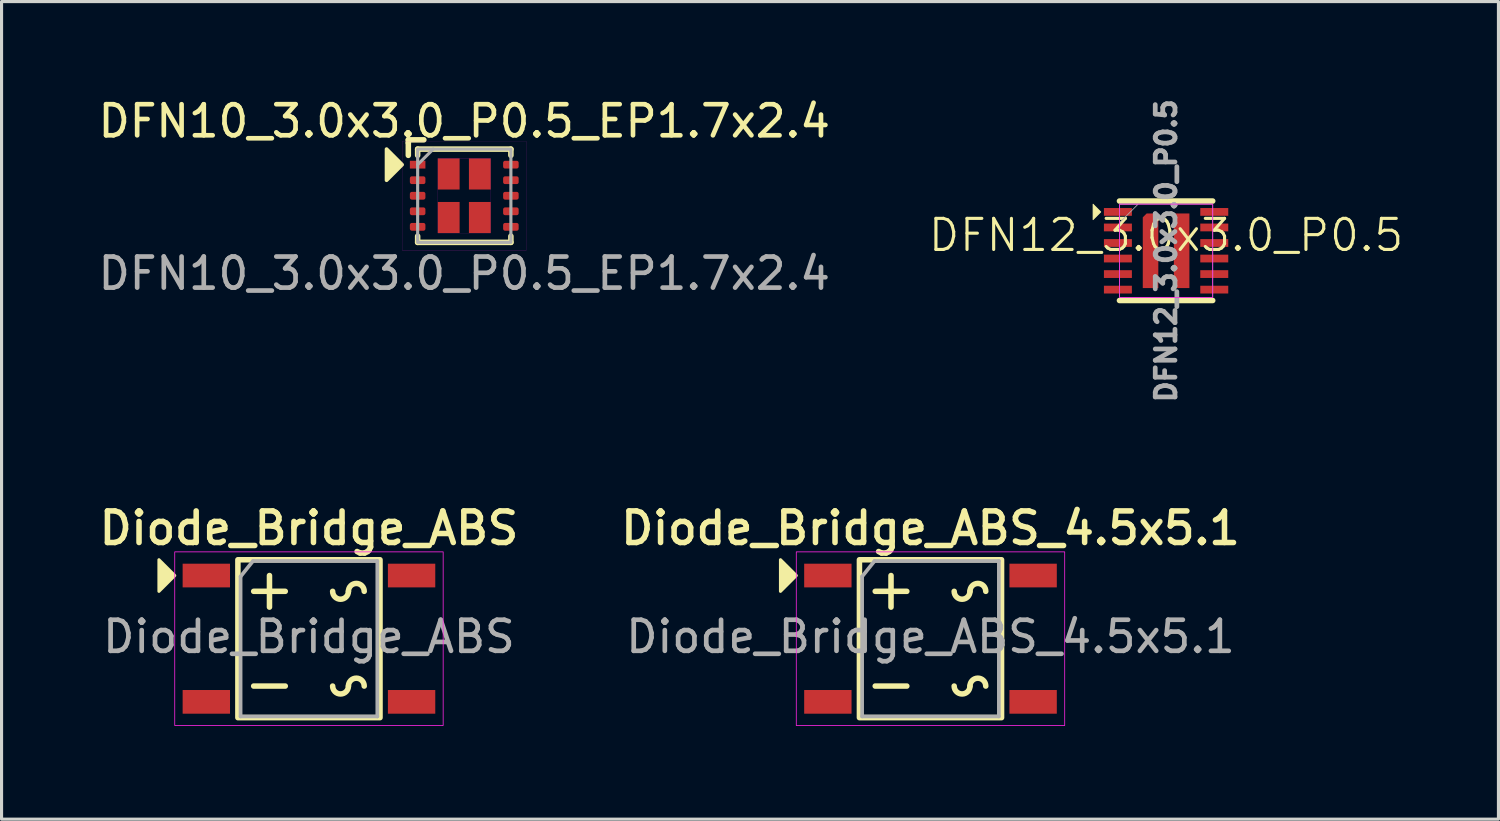
<source format=kicad_pcb>
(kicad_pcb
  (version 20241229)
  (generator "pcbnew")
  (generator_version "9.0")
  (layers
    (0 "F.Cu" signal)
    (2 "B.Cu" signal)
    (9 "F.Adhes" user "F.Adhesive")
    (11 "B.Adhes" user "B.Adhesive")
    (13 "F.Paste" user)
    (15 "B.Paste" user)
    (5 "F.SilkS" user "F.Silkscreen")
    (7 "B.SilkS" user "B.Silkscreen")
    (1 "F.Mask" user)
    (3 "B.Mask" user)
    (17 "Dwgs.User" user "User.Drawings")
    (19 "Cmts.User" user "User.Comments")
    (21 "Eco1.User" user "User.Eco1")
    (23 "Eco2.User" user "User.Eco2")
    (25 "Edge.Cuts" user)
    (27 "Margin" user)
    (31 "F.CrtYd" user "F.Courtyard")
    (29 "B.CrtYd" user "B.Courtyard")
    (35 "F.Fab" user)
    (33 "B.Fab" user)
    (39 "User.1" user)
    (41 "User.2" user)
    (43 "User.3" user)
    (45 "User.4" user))
  (footprint "Diode_Bridge_ABS"
    (layer "F.Cu")
    (at 6.89 17.499)
    (property "Reference" "Diode_Bridge_ABS" (at 0 -3.556 0) (layer "F.SilkS") (effects (font (size 1.016 1.016) (thickness 0.178))))
    (attr smd)
    (fp_line (start -1.778 -1.524) (end -0.762 -1.524) (stroke (width 0.178) (type solid)) (layer "F.SilkS"))
    (fp_line (start -1.778 1.524) (end -0.762 1.524) (stroke (width 0.178) (type solid)) (layer "F.SilkS"))
    (fp_line (start -1.27 -2.032) (end -1.27 -1.016) (stroke (width 0.178) (type solid)) (layer "F.SilkS"))
    (fp_rect (start -2.286 -2.54) (end 2.286 2.54) (stroke (width 0.178) (type solid)) (fill no) (layer "F.SilkS"))
    (fp_arc (start 1.27 -1.524) (mid 1.016 -1.27) (end 0.762 -1.524) (stroke (width 0.1778) (type solid)) (layer "F.SilkS"))
    (fp_arc (start 1.27 -1.524) (mid 1.524 -1.778) (end 1.778 -1.524) (stroke (width 0.1778) (type solid)) (layer "F.SilkS"))
    (fp_arc (start 1.27 1.524) (mid 1.016 1.778) (end 0.762 1.524) (stroke (width 0.1778) (type solid)) (layer "F.SilkS"))
    (fp_arc (start 1.27 1.524) (mid 1.524 1.27) (end 1.778 1.524) (stroke (width 0.1778) (type solid)) (layer "F.SilkS"))
    (fp_poly (pts (xy -4.318 -2.032) (xy -4.826 -1.524) (xy -4.826 -2.54)) (stroke (width 0.1) (type solid)) (fill yes) (layer "F.SilkS"))
    (fp_rect (start -4.318 -2.794) (end 4.318 2.794) (stroke (width 0.025) (type solid)) (fill no) (layer "F.CrtYd"))
    (fp_line (start -2.2 -2) (end -2.2 2.5) (stroke (width 0.12) (type solid)) (layer "F.Fab"))
    (fp_line (start -2.2 2.5) (end 2.2 2.5) (stroke (width 0.12) (type solid)) (layer "F.Fab"))
    (fp_line (start -1.8 -2.5) (end -2.2 -2) (stroke (width 0.12) (type solid)) (layer "F.Fab"))
    (fp_line (start 2.2 -2.5) (end -1.8 -2.5) (stroke (width 0.12) (type solid)) (layer "F.Fab"))
    (fp_line (start 2.2 2.5) (end 2.2 -2.5) (stroke (width 0.12) (type solid)) (layer "F.Fab"))
    (fp_text user "${REFERENCE}" (at 0 -0.065 0) (layer "F.Fab") (effects (font (size 1 1) (thickness 0.15))))
    (pad "1" smd rect (at -3.302 -2.032) (size 1.524 0.762) (layers "F.Cu" "F.Mask" "F.Paste"))
    (pad "2" smd rect (at -3.302 2.032) (size 1.524 0.762) (layers "F.Cu" "F.Mask" "F.Paste"))
    (pad "3" smd rect (at 3.302 2.032) (size 1.524 0.762) (layers "F.Cu" "F.Mask" "F.Paste"))
    (pad "4" smd rect (at 3.302 -2.032) (size 1.524 0.762) (layers "F.Cu" "F.Mask" "F.Paste")))
  (footprint "Diode_Bridge_ABS_4.5x5.1"
    (layer "F.Cu")
    (at 26.887 17.499)
    (property "Reference" "Diode_Bridge_ABS_4.5x5.1" (at 0 -3.556 0) (layer "F.SilkS") (effects (font (size 1.016 1.016) (thickness 0.178))))
    (attr smd)
    (fp_line (start -1.778 -1.524) (end -0.762 -1.524) (stroke (width 0.178) (type solid)) (layer "F.SilkS"))
    (fp_line (start -1.778 1.524) (end -0.762 1.524) (stroke (width 0.178) (type solid)) (layer "F.SilkS"))
    (fp_line (start -1.27 -2.032) (end -1.27 -1.016) (stroke (width 0.178) (type solid)) (layer "F.SilkS"))
    (fp_rect (start -2.286 -2.54) (end 2.286 2.54) (stroke (width 0.178) (type solid)) (fill no) (layer "F.SilkS"))
    (fp_arc (start 1.27 -1.524) (mid 1.016 -1.27) (end 0.762 -1.524) (stroke (width 0.1778) (type solid)) (layer "F.SilkS"))
    (fp_arc (start 1.27 -1.524) (mid 1.524 -1.778) (end 1.778 -1.524) (stroke (width 0.1778) (type solid)) (layer "F.SilkS"))
    (fp_arc (start 1.27 1.524) (mid 1.016 1.778) (end 0.762 1.524) (stroke (width 0.1778) (type solid)) (layer "F.SilkS"))
    (fp_arc (start 1.27 1.524) (mid 1.524 1.27) (end 1.778 1.524) (stroke (width 0.1778) (type solid)) (layer "F.SilkS"))
    (fp_poly (pts (xy -4.318 -2.032) (xy -4.826 -1.524) (xy -4.826 -2.54)) (stroke (width 0.1) (type solid)) (fill yes) (layer "F.SilkS"))
    (fp_rect (start -4.318 -2.794) (end 4.318 2.794) (stroke (width 0.025) (type solid)) (fill no) (layer "F.CrtYd"))
    (fp_line (start -2.2 -2) (end -2.2 2.5) (stroke (width 0.12) (type solid)) (layer "F.Fab"))
    (fp_line (start -2.2 2.5) (end 2.2 2.5) (stroke (width 0.12) (type solid)) (layer "F.Fab"))
    (fp_line (start -1.8 -2.5) (end -2.2 -2) (stroke (width 0.12) (type solid)) (layer "F.Fab"))
    (fp_line (start 2.2 -2.5) (end -1.8 -2.5) (stroke (width 0.12) (type solid)) (layer "F.Fab"))
    (fp_line (start 2.2 2.5) (end 2.2 -2.5) (stroke (width 0.12) (type solid)) (layer "F.Fab"))
    (fp_text user "${REFERENCE}" (at 0 -0.065 0) (layer "F.Fab") (effects (font (size 1 1) (thickness 0.15))))
    (pad "1" smd rect (at -3.302 -2.032) (size 1.524 0.762) (layers "F.Cu" "F.Mask" "F.Paste"))
    (pad "2" smd rect (at -3.302 2.032) (size 1.524 0.762) (layers "F.Cu" "F.Mask" "F.Paste"))
    (pad "3" smd rect (at 3.302 2.032) (size 1.524 0.762) (layers "F.Cu" "F.Mask" "F.Paste"))
    (pad "4" smd rect (at 3.302 -2.032) (size 1.524 0.762) (layers "F.Cu" "F.Mask" "F.Paste")))
  (footprint "DFN10_3.0x3.0_P0.5_EP1.7x2.4"
    (layer "F.Cu")
    (at 11.887 3.248)
    (property "Reference" "DFN10_3.0x3.0_P0.5_EP1.7x2.4" (at 0 -2.4 0) (unlocked yes) (layer "F.SilkS") (effects (font (size 1 1) (thickness 0.15))))
    (attr smd)
    (fp_line (start -1.8 -1.8) (end -1.3 -1.8) (stroke (width 0.178) (type solid)) (layer "F.SilkS"))
    (fp_line (start -1.8 -1.7) (end -1.8 -1.8) (stroke (width 0.178) (type solid)) (layer "F.SilkS"))
    (fp_line (start -1.8 -1.3) (end -1.8 -1.7) (stroke (width 0.178) (type solid)) (layer "F.SilkS"))
    (fp_line (start -1.5 -1.5) (end 1.5 -1.5) (stroke (width 0.178) (type solid)) (layer "F.SilkS"))
    (fp_line (start -1.5 -1.3) (end -1.5 -1.5) (stroke (width 0.178) (type solid)) (layer "F.SilkS"))
    (fp_line (start -1.5 1.3) (end -1.5 1.5) (stroke (width 0.178) (type solid)) (layer "F.SilkS"))
    (fp_line (start -1.5 1.5) (end 1.5 1.5) (stroke (width 0.178) (type solid)) (layer "F.SilkS"))
    (fp_line (start 1.5 -1.5) (end 1.5 -1.3) (stroke (width 0.178) (type solid)) (layer "F.SilkS"))
    (fp_line (start 1.5 1.5) (end 1.5 1.3) (stroke (width 0.178) (type solid)) (layer "F.SilkS"))
    (fp_poly (pts (xy -2 -1) (xy -2.5 -0.5) (xy -2.5 -1.5)) (stroke (width 0.12) (type solid)) (fill yes) (layer "F.SilkS"))
    (fp_rect (start -2 -1.75) (end 2 1.75) (stroke (width 0.003) (type solid)) (fill no) (layer "F.CrtYd"))
    (fp_rect (start -0.85 -1.2) (end 0.85 1.2) (stroke (width 0.003) (type solid)) (fill no) (layer "F.CrtYd"))
    (fp_line (start -1.5 -1) (end -1 -1.5) (stroke (width 0.1) (type solid)) (layer "F.Fab"))
    (fp_rect (start -1.5 -1.5) (end 1.5 1.5) (stroke (width 0.1) (type solid)) (fill no) (layer "F.Fab"))
    (fp_text user "${REFERENCE}" (at 0 2.5 0) (unlocked yes) (layer "F.Fab") (effects (font (size 1 1) (thickness 0.15))))
    (pad "1" smd rect (at -1.5 -1) (size 0.5 0.25) (layers "F.Cu" "F.Mask" "F.Paste"))
    (pad "2" smd roundrect (at -1.5 -0.5) (size 0.5 0.25) (layers "F.Cu" "F.Mask" "F.Paste") (roundrect_rratio 0.25))
    (pad "3" smd roundrect (at -1.5 0) (size 0.5 0.25) (layers "F.Cu" "F.Mask" "F.Paste") (roundrect_rratio 0.25))
    (pad "4" smd roundrect (at -1.5 0.5) (size 0.5 0.25) (layers "F.Cu" "F.Mask" "F.Paste") (roundrect_rratio 0.25))
    (pad "5" smd roundrect (at -1.5 1) (size 0.5 0.25) (layers "F.Cu" "F.Mask" "F.Paste") (roundrect_rratio 0.25))
    (pad "6" smd roundrect (at 1.5 1) (size 0.5 0.25) (layers "F.Cu" "F.Mask" "F.Paste") (roundrect_rratio 0.25))
    (pad "7" smd roundrect (at 1.5 0.5) (size 0.5 0.25) (layers "F.Cu" "F.Mask" "F.Paste") (roundrect_rratio 0.25))
    (pad "8" smd roundrect (at 1.5 0) (size 0.5 0.25) (layers "F.Cu" "F.Mask" "F.Paste") (roundrect_rratio 0.25))
    (pad "9" smd roundrect (at 1.5 -0.5) (size 0.5 0.25) (layers "F.Cu" "F.Mask" "F.Paste") (roundrect_rratio 0.25))
    (pad "10" smd roundrect (at 1.5 -1) (size 0.5 0.25) (layers "F.Cu" "F.Mask" "F.Paste") (roundrect_rratio 0.25))
    (pad "11" smd rect (at -0.5 -0.7) (size 0.7 1) (layers "F.Cu" "F.Mask" "F.Paste"))
    (pad "11" smd rect (at -0.5 0.7) (size 0.7 1) (layers "F.Cu" "F.Mask" "F.Paste"))
    (pad "11" smd rect (at 0.5 -0.7) (size 0.7 1) (layers "F.Cu" "F.Mask" "F.Paste"))
    (pad "11" smd rect (at 0.5 0.7) (size 0.7 1) (layers "F.Cu" "F.Mask" "F.Paste")))
  (footprint "DFN12_3.0x3.0_P0.5"
    (layer "F.Cu")
    (at 34.467 5.018)
    (property "Reference" "DFN12_3.0x3.0_P0.5" (at 0 -0.5 0) (unlocked yes) (layer "F.SilkS") (effects (font (size 1 1) (thickness 0.1))))
    (attr smd)
    (fp_line (start -1.5 -1.6) (end 1.5 -1.6) (stroke (width 0.178) (type default)) (layer "F.SilkS"))
    (fp_line (start -1.5 1.6) (end 1.5 1.6) (stroke (width 0.178) (type default)) (layer "F.SilkS"))
    (fp_poly (pts (xy -2.1 -1.25) (xy -2.35 -1.5) (xy -2.35 -1)) (stroke (width 0.025) (type solid)) (fill yes) (layer "F.SilkS"))
    (fp_rect (start -1.5 -1.5) (end 1.5 1.5) (stroke (width 0.025) (type default)) (fill no) (layer "F.CrtYd"))
    (fp_rect (start -1.5 1.5) (end 1.5 -1.5) (stroke (width 0.025) (type default)) (fill no) (layer "F.Fab"))
    (fp_poly (pts (xy -1.5 -1.5) (xy -1.5 -0.9) (xy -0.9 -1.5)) (stroke (width 0.025) (type solid)) (fill no) (layer "F.Fab"))
    (fp_text user "${REFERENCE}" (at 0 0 90) (unlocked yes) (layer "F.Fab") (effects (font (size 0.635 0.635) (thickness 0.152) (bold yes))))
    (pad "1" smd rect (at -1.55 -1.25) (size 0.9 0.25) (layers "F.Cu" "F.Mask" "F.Paste"))
    (pad "1" smd roundrect (at -0.5 0) (size 0.5 2.4) (layers "F.Cu" "F.Mask" "F.Paste") (roundrect_rratio 0) (chamfer_ratio 0.25) (chamfer top_left))
    (pad "2" smd rect (at -1.55 -0.75) (size 0.9 0.25) (layers "F.Cu" "F.Mask" "F.Paste"))
    (pad "3" smd rect (at -1.55 -0.25) (size 0.9 0.25) (layers "F.Cu" "F.Mask" "F.Paste"))
    (pad "4" smd rect (at -1.55 0.25) (size 0.9 0.25) (layers "F.Cu" "F.Mask" "F.Paste"))
    (pad "5" smd rect (at -1.55 0.75) (size 0.9 0.25) (layers "F.Cu" "F.Mask" "F.Paste"))
    (pad "6" smd rect (at -1.55 1.25) (size 0.9 0.25) (layers "F.Cu" "F.Mask" "F.Paste"))
    (pad "7" smd rect (at 1.55 1.25) (size 0.9 0.25) (layers "F.Cu" "F.Mask" "F.Paste"))
    (pad "8" smd rect (at 1.55 0.75) (size 0.9 0.25) (layers "F.Cu" "F.Mask" "F.Paste"))
    (pad "9" smd rect (at 1.55 0.25) (size 0.9 0.25) (layers "F.Cu" "F.Mask" "F.Paste"))
    (pad "10" smd rect (at 1.55 -0.25) (size 0.9 0.25) (layers "F.Cu" "F.Mask" "F.Paste"))
    (pad "11" smd rect (at 1.55 -0.75) (size 0.9 0.25) (layers "F.Cu" "F.Mask" "F.Paste"))
    (pad "12" smd rect (at 0.5 0) (size 0.5 2.4) (layers "F.Cu" "F.Mask" "F.Paste"))
    (pad "12" smd rect (at 1.55 -1.25) (size 0.9 0.25) (layers "F.Cu" "F.Mask" "F.Paste")))
  (gr_rect
    (start -3 -3)
    (end 45.16 23.306)
    (stroke (width 0.1) (type default))
    (fill no)
    (layer "Edge.Cuts")))
</source>
